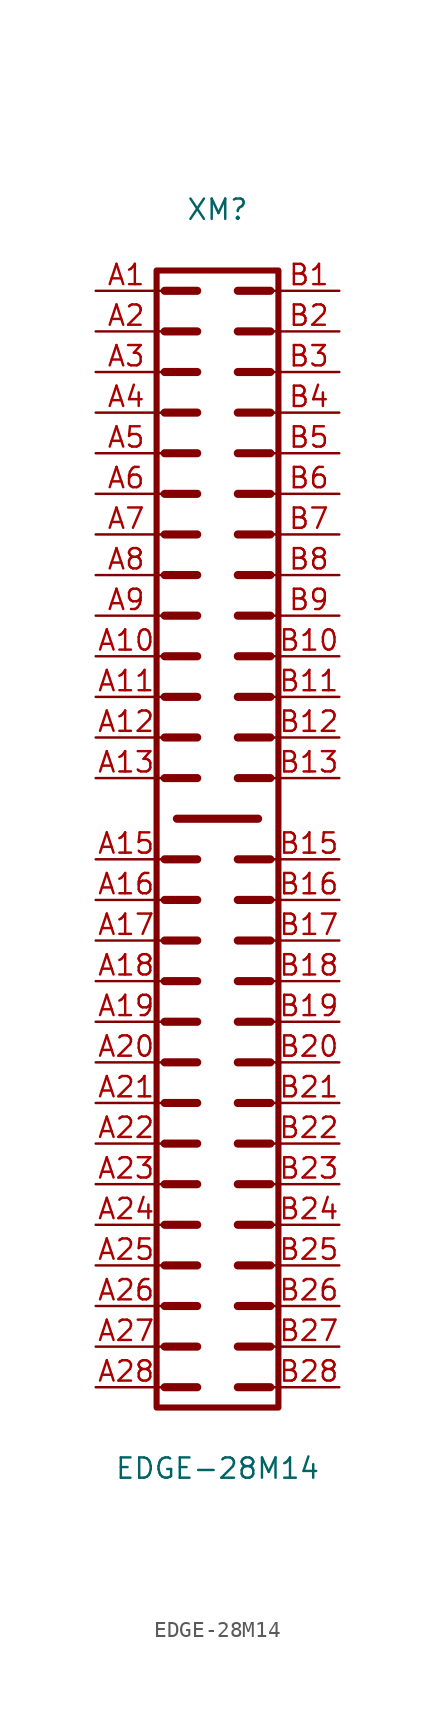
<source format=kicad_sym>
(kicad_symbol_lib
  (version 20231120)
  (generator "kicad_symbol_editor")
  (generator_version "8.0")
  (symbol "EDGE-28M14"
    (pin_names
      (offset 1.016))
    (property "Reference" "XM"
      (at 0 39.37 0)
      (effects (font (size 1.27 1.27))))
    (property "Value" "EDGE-28M14"
      (at 0 -39.37 0)
      (effects (font (size 1.27 1.27))))
    (symbol "EDGE-28M14_0_0"
      (polyline (pts (xy -2.54 1.27) (xy 2.54 1.27)) (stroke (width 0.508) (type default)) (fill (type none))))
    (symbol "EDGE-28M14_0_1"
      (rectangle (start -3.81 35.56) (end 3.81 -35.56) (stroke (width 0.381) (type default)) (fill (type none)))
      (polyline (pts (xy -3.81 -34.29) (xy -3.302 -34.29)) (stroke (width 0) (type default)) (fill (type none)))
      (polyline (pts (xy -3.81 -31.75) (xy -3.302 -31.75)) (stroke (width 0) (type default)) (fill (type none)))
      (polyline (pts (xy -3.81 -29.21) (xy -3.302 -29.21)) (stroke (width 0) (type default)) (fill (type none)))
      (polyline (pts (xy -3.81 -26.67) (xy -3.302 -26.67)) (stroke (width 0) (type default)) (fill (type none)))
      (polyline (pts (xy -3.81 -24.13) (xy -3.302 -24.13)) (stroke (width 0) (type default)) (fill (type none)))
      (polyline (pts (xy -3.81 -21.59) (xy -3.302 -21.59)) (stroke (width 0) (type default)) (fill (type none)))
      (polyline (pts (xy -3.81 -19.05) (xy -3.302 -19.05)) (stroke (width 0) (type default)) (fill (type none)))
      (polyline (pts (xy -3.81 -16.51) (xy -3.302 -16.51)) (stroke (width 0) (type default)) (fill (type none)))
      (polyline (pts (xy -3.81 -13.97) (xy -3.302 -13.97)) (stroke (width 0) (type default)) (fill (type none)))
      (polyline (pts (xy -3.81 -11.43) (xy -3.302 -11.43)) (stroke (width 0) (type default)) (fill (type none)))
      (polyline (pts (xy -3.81 -8.89) (xy -3.302 -8.89)) (stroke (width 0) (type default)) (fill (type none)))
      (polyline (pts (xy -3.81 -6.35) (xy -3.302 -6.35)) (stroke (width 0) (type default)) (fill (type none)))
      (polyline (pts (xy -3.81 -3.81) (xy -3.302 -3.81)) (stroke (width 0) (type default)) (fill (type none)))
      (polyline (pts (xy -3.81 -1.27) (xy -3.302 -1.27)) (stroke (width 0) (type default)) (fill (type none)))
      (polyline (pts (xy -3.81 3.81) (xy -3.302 3.81)) (stroke (width 0) (type default)) (fill (type none)))
      (polyline (pts (xy -3.81 6.35) (xy -3.302 6.35)) (stroke (width 0) (type default)) (fill (type none)))
      (polyline (pts (xy -3.81 8.89) (xy -3.302 8.89)) (stroke (width 0) (type default)) (fill (type none)))
      (polyline (pts (xy -3.81 11.43) (xy -3.302 11.43)) (stroke (width 0) (type default)) (fill (type none)))
      (polyline (pts (xy -3.81 13.97) (xy -3.302 13.97)) (stroke (width 0) (type default)) (fill (type none)))
      (polyline (pts (xy -3.81 16.51) (xy -3.302 16.51)) (stroke (width 0) (type default)) (fill (type none)))
      (polyline (pts (xy -3.81 19.05) (xy -3.302 19.05)) (stroke (width 0) (type default)) (fill (type none)))
      (polyline (pts (xy -3.81 21.59) (xy -3.302 21.59)) (stroke (width 0) (type default)) (fill (type none)))
      (polyline (pts (xy -3.81 24.13) (xy -3.302 24.13)) (stroke (width 0) (type default)) (fill (type none)))
      (polyline (pts (xy -3.81 26.67) (xy -3.302 26.67)) (stroke (width 0) (type default)) (fill (type none)))
      (polyline (pts (xy -3.81 29.21) (xy -3.302 29.21)) (stroke (width 0) (type default)) (fill (type none)))
      (polyline (pts (xy -3.81 31.75) (xy -3.302 31.75)) (stroke (width 0) (type default)) (fill (type none)))
      (polyline (pts (xy -3.81 34.29) (xy -3.302 34.29)) (stroke (width 0) (type default)) (fill (type none)))
      (polyline (pts (xy -3.302 -34.29) (xy -1.27 -34.29)) (stroke (width 0.508) (type default)) (fill (type none)))
      (polyline (pts (xy -3.302 -31.75) (xy -1.27 -31.75)) (stroke (width 0.508) (type default)) (fill (type none)))
      (polyline (pts (xy -3.302 -29.21) (xy -1.27 -29.21)) (stroke (width 0.508) (type default)) (fill (type none)))
      (polyline (pts (xy -3.302 -26.67) (xy -1.27 -26.67)) (stroke (width 0.508) (type default)) (fill (type none)))
      (polyline (pts (xy -3.302 -24.13) (xy -1.27 -24.13)) (stroke (width 0.508) (type default)) (fill (type none)))
      (polyline (pts (xy -3.302 -21.59) (xy -1.27 -21.59)) (stroke (width 0.508) (type default)) (fill (type none)))
      (polyline (pts (xy -3.302 -19.05) (xy -1.27 -19.05)) (stroke (width 0.508) (type default)) (fill (type none)))
      (polyline (pts (xy -3.302 -16.51) (xy -1.27 -16.51)) (stroke (width 0.508) (type default)) (fill (type none)))
      (polyline (pts (xy -3.302 -13.97) (xy -1.27 -13.97)) (stroke (width 0.508) (type default)) (fill (type none)))
      (polyline (pts (xy -3.302 -11.43) (xy -1.27 -11.43)) (stroke (width 0.508) (type default)) (fill (type none)))
      (polyline (pts (xy -3.302 -8.89) (xy -1.27 -8.89)) (stroke (width 0.508) (type default)) (fill (type none)))
      (polyline (pts (xy -3.302 -6.35) (xy -1.27 -6.35)) (stroke (width 0.508) (type default)) (fill (type none)))
      (polyline (pts (xy -3.302 -3.81) (xy -1.27 -3.81)) (stroke (width 0.508) (type default)) (fill (type none)))
      (polyline (pts (xy -3.302 -1.27) (xy -1.27 -1.27)) (stroke (width 0.508) (type default)) (fill (type none)))
      (polyline (pts (xy -3.302 3.81) (xy -1.27 3.81)) (stroke (width 0.508) (type default)) (fill (type none)))
      (polyline (pts (xy -3.302 6.35) (xy -1.27 6.35)) (stroke (width 0.508) (type default)) (fill (type none)))
      (polyline (pts (xy -3.302 8.89) (xy -1.27 8.89)) (stroke (width 0.508) (type default)) (fill (type none)))
      (polyline (pts (xy -3.302 11.43) (xy -1.27 11.43)) (stroke (width 0.508) (type default)) (fill (type none)))
      (polyline (pts (xy -3.302 13.97) (xy -1.27 13.97)) (stroke (width 0.508) (type default)) (fill (type none)))
      (polyline (pts (xy -3.302 16.51) (xy -1.27 16.51)) (stroke (width 0.508) (type default)) (fill (type none)))
      (polyline (pts (xy -3.302 19.05) (xy -1.27 19.05)) (stroke (width 0.508) (type default)) (fill (type none)))
      (polyline (pts (xy -3.302 21.59) (xy -1.27 21.59)) (stroke (width 0.508) (type default)) (fill (type none)))
      (polyline (pts (xy -3.302 24.13) (xy -1.27 24.13)) (stroke (width 0.508) (type default)) (fill (type none)))
      (polyline (pts (xy -3.302 26.67) (xy -1.27 26.67)) (stroke (width 0.508) (type default)) (fill (type none)))
      (polyline (pts (xy -3.302 29.21) (xy -1.27 29.21)) (stroke (width 0.508) (type default)) (fill (type none)))
      (polyline (pts (xy -3.302 31.75) (xy -1.27 31.75)) (stroke (width 0.508) (type default)) (fill (type none)))
      (polyline (pts (xy -3.302 34.29) (xy -1.27 34.29)) (stroke (width 0.508) (type default)) (fill (type none)))
      (polyline (pts (xy 3.302 -34.29) (xy 1.27 -34.29)) (stroke (width 0.508) (type default)) (fill (type none)))
      (polyline (pts (xy 3.302 -31.75) (xy 1.27 -31.75)) (stroke (width 0.508) (type default)) (fill (type none)))
      (polyline (pts (xy 3.302 -29.21) (xy 1.27 -29.21)) (stroke (width 0.508) (type default)) (fill (type none)))
      (polyline (pts (xy 3.302 -26.67) (xy 1.27 -26.67)) (stroke (width 0.508) (type default)) (fill (type none)))
      (polyline (pts (xy 3.302 -24.13) (xy 1.27 -24.13)) (stroke (width 0.508) (type default)) (fill (type none)))
      (polyline (pts (xy 3.302 -21.59) (xy 1.27 -21.59)) (stroke (width 0.508) (type default)) (fill (type none)))
      (polyline (pts (xy 3.302 -19.05) (xy 1.27 -19.05)) (stroke (width 0.508) (type default)) (fill (type none)))
      (polyline (pts (xy 3.302 -16.51) (xy 1.27 -16.51)) (stroke (width 0.508) (type default)) (fill (type none)))
      (polyline (pts (xy 3.302 -13.97) (xy 1.27 -13.97)) (stroke (width 0.508) (type default)) (fill (type none)))
      (polyline (pts (xy 3.302 -11.43) (xy 1.27 -11.43)) (stroke (width 0.508) (type default)) (fill (type none)))
      (polyline (pts (xy 3.302 -8.89) (xy 1.27 -8.89)) (stroke (width 0.508) (type default)) (fill (type none)))
      (polyline (pts (xy 3.302 -6.35) (xy 1.27 -6.35)) (stroke (width 0.508) (type default)) (fill (type none)))
      (polyline (pts (xy 3.302 -3.81) (xy 1.27 -3.81)) (stroke (width 0.508) (type default)) (fill (type none)))
      (polyline (pts (xy 3.302 -1.27) (xy 1.27 -1.27)) (stroke (width 0.508) (type default)) (fill (type none)))
      (polyline (pts (xy 3.302 3.81) (xy 1.27 3.81)) (stroke (width 0.508) (type default)) (fill (type none)))
      (polyline (pts (xy 3.302 6.35) (xy 1.27 6.35)) (stroke (width 0.508) (type default)) (fill (type none)))
      (polyline (pts (xy 3.302 8.89) (xy 1.27 8.89)) (stroke (width 0.508) (type default)) (fill (type none)))
      (polyline (pts (xy 3.302 11.43) (xy 1.27 11.43)) (stroke (width 0.508) (type default)) (fill (type none)))
      (polyline (pts (xy 3.302 13.97) (xy 1.27 13.97)) (stroke (width 0.508) (type default)) (fill (type none)))
      (polyline (pts (xy 3.302 16.51) (xy 1.27 16.51)) (stroke (width 0.508) (type default)) (fill (type none)))
      (polyline (pts (xy 3.302 19.05) (xy 1.27 19.05)) (stroke (width 0.508) (type default)) (fill (type none)))
      (polyline (pts (xy 3.302 21.59) (xy 1.27 21.59)) (stroke (width 0.508) (type default)) (fill (type none)))
      (polyline (pts (xy 3.302 24.13) (xy 1.27 24.13)) (stroke (width 0.508) (type default)) (fill (type none)))
      (polyline (pts (xy 3.302 26.67) (xy 1.27 26.67)) (stroke (width 0.508) (type default)) (fill (type none)))
      (polyline (pts (xy 3.302 29.21) (xy 1.27 29.21)) (stroke (width 0.508) (type default)) (fill (type none)))
      (polyline (pts (xy 3.302 31.75) (xy 1.27 31.75)) (stroke (width 0.508) (type default)) (fill (type none)))
      (polyline (pts (xy 3.302 34.29) (xy 1.27 34.29)) (stroke (width 0.508) (type default)) (fill (type none)))
      (polyline (pts (xy 3.81 -34.29) (xy 3.302 -34.29)) (stroke (width 0) (type default)) (fill (type none)))
      (polyline (pts (xy 3.81 -31.75) (xy 3.302 -31.75)) (stroke (width 0) (type default)) (fill (type none)))
      (polyline (pts (xy 3.81 -29.21) (xy 3.302 -29.21)) (stroke (width 0) (type default)) (fill (type none)))
      (polyline (pts (xy 3.81 -26.67) (xy 3.302 -26.67)) (stroke (width 0) (type default)) (fill (type none)))
      (polyline (pts (xy 3.81 -24.13) (xy 3.302 -24.13)) (stroke (width 0) (type default)) (fill (type none)))
      (polyline (pts (xy 3.81 -21.59) (xy 3.302 -21.59)) (stroke (width 0) (type default)) (fill (type none)))
      (polyline (pts (xy 3.81 -19.05) (xy 3.302 -19.05)) (stroke (width 0) (type default)) (fill (type none)))
      (polyline (pts (xy 3.81 -16.51) (xy 3.302 -16.51)) (stroke (width 0) (type default)) (fill (type none)))
      (polyline (pts (xy 3.81 -13.97) (xy 3.302 -13.97)) (stroke (width 0) (type default)) (fill (type none)))
      (polyline (pts (xy 3.81 -11.43) (xy 3.302 -11.43)) (stroke (width 0) (type default)) (fill (type none)))
      (polyline (pts (xy 3.81 -8.89) (xy 3.302 -8.89)) (stroke (width 0) (type default)) (fill (type none)))
      (polyline (pts (xy 3.81 -6.35) (xy 3.302 -6.35)) (stroke (width 0) (type default)) (fill (type none)))
      (polyline (pts (xy 3.81 -3.81) (xy 3.302 -3.81)) (stroke (width 0) (type default)) (fill (type none)))
      (polyline (pts (xy 3.81 -1.27) (xy 3.302 -1.27)) (stroke (width 0) (type default)) (fill (type none)))
      (polyline (pts (xy 3.81 3.81) (xy 3.302 3.81)) (stroke (width 0) (type default)) (fill (type none)))
      (polyline (pts (xy 3.81 6.35) (xy 3.302 6.35)) (stroke (width 0) (type default)) (fill (type none)))
      (polyline (pts (xy 3.81 8.89) (xy 3.302 8.89)) (stroke (width 0) (type default)) (fill (type none)))
      (polyline (pts (xy 3.81 11.43) (xy 3.302 11.43)) (stroke (width 0) (type default)) (fill (type none)))
      (polyline (pts (xy 3.81 13.97) (xy 3.302 13.97)) (stroke (width 0) (type default)) (fill (type none)))
      (polyline (pts (xy 3.81 16.51) (xy 3.302 16.51)) (stroke (width 0) (type default)) (fill (type none)))
      (polyline (pts (xy 3.81 19.05) (xy 3.302 19.05)) (stroke (width 0) (type default)) (fill (type none)))
      (polyline (pts (xy 3.81 21.59) (xy 3.302 21.59)) (stroke (width 0) (type default)) (fill (type none)))
      (polyline (pts (xy 3.81 24.13) (xy 3.302 24.13)) (stroke (width 0) (type default)) (fill (type none)))
      (polyline (pts (xy 3.81 26.67) (xy 3.302 26.67)) (stroke (width 0) (type default)) (fill (type none)))
      (polyline (pts (xy 3.81 29.21) (xy 3.302 29.21)) (stroke (width 0) (type default)) (fill (type none)))
      (polyline (pts (xy 3.81 31.75) (xy 3.302 31.75)) (stroke (width 0) (type default)) (fill (type none)))
      (polyline (pts (xy 3.81 34.29) (xy 3.302 34.29)) (stroke (width 0) (type default)) (fill (type none))))
    (symbol "EDGE-28M14_1_1"
      (pin passive line (at -7.62 34.29 0) (length 3.81) (name "~" (effects (font (size 1.27 1.27)))) (number "A1" (effects (font (size 1.27 1.27)))))
      (pin passive line (at -7.62 11.43 0) (length 3.81) (name "~" (effects (font (size 1.27 1.27)))) (number "A10" (effects (font (size 1.27 1.27)))))
      (pin passive line (at -7.62 8.89 0) (length 3.81) (name "~" (effects (font (size 1.27 1.27)))) (number "A11" (effects (font (size 1.27 1.27)))))
      (pin passive line (at -7.62 6.35 0) (length 3.81) (name "~" (effects (font (size 1.27 1.27)))) (number "A12" (effects (font (size 1.27 1.27)))))
      (pin passive line (at -7.62 3.81 0) (length 3.81) (name "~" (effects (font (size 1.27 1.27)))) (number "A13" (effects (font (size 1.27 1.27)))))
      (pin passive line (at -7.62 -1.27 0) (length 3.81) (name "~" (effects (font (size 1.27 1.27)))) (number "A15" (effects (font (size 1.27 1.27)))))
      (pin passive line (at -7.62 -3.81 0) (length 3.81) (name "~" (effects (font (size 1.27 1.27)))) (number "A16" (effects (font (size 1.27 1.27)))))
      (pin passive line (at -7.62 -6.35 0) (length 3.81) (name "~" (effects (font (size 1.27 1.27)))) (number "A17" (effects (font (size 1.27 1.27)))))
      (pin passive line (at -7.62 -8.89 0) (length 3.81) (name "~" (effects (font (size 1.27 1.27)))) (number "A18" (effects (font (size 1.27 1.27)))))
      (pin passive line (at -7.62 -11.43 0) (length 3.81) (name "~" (effects (font (size 1.27 1.27)))) (number "A19" (effects (font (size 1.27 1.27)))))
      (pin passive line (at -7.62 31.75 0) (length 3.81) (name "~" (effects (font (size 1.27 1.27)))) (number "A2" (effects (font (size 1.27 1.27)))))
      (pin passive line (at -7.62 -13.97 0) (length 3.81) (name "~" (effects (font (size 1.27 1.27)))) (number "A20" (effects (font (size 1.27 1.27)))))
      (pin passive line (at -7.62 -16.51 0) (length 3.81) (name "~" (effects (font (size 1.27 1.27)))) (number "A21" (effects (font (size 1.27 1.27)))))
      (pin passive line (at -7.62 -19.05 0) (length 3.81) (name "~" (effects (font (size 1.27 1.27)))) (number "A22" (effects (font (size 1.27 1.27)))))
      (pin passive line (at -7.62 -21.59 0) (length 3.81) (name "~" (effects (font (size 1.27 1.27)))) (number "A23" (effects (font (size 1.27 1.27)))))
      (pin passive line (at -7.62 -24.13 0) (length 3.81) (name "~" (effects (font (size 1.27 1.27)))) (number "A24" (effects (font (size 1.27 1.27)))))
      (pin passive line (at -7.62 -26.67 0) (length 3.81) (name "~" (effects (font (size 1.27 1.27)))) (number "A25" (effects (font (size 1.27 1.27)))))
      (pin passive line (at -7.62 -29.21 0) (length 3.81) (name "~" (effects (font (size 1.27 1.27)))) (number "A26" (effects (font (size 1.27 1.27)))))
      (pin passive line (at -7.62 -31.75 0) (length 3.81) (name "~" (effects (font (size 1.27 1.27)))) (number "A27" (effects (font (size 1.27 1.27)))))
      (pin passive line (at -7.62 -34.29 0) (length 3.81) (name "~" (effects (font (size 1.27 1.27)))) (number "A28" (effects (font (size 1.27 1.27)))))
      (pin passive line (at -7.62 29.21 0) (length 3.81) (name "~" (effects (font (size 1.27 1.27)))) (number "A3" (effects (font (size 1.27 1.27)))))
      (pin passive line (at -7.62 26.67 0) (length 3.81) (name "~" (effects (font (size 1.27 1.27)))) (number "A4" (effects (font (size 1.27 1.27)))))
      (pin passive line (at -7.62 24.13 0) (length 3.81) (name "~" (effects (font (size 1.27 1.27)))) (number "A5" (effects (font (size 1.27 1.27)))))
      (pin passive line (at -7.62 21.59 0) (length 3.81) (name "~" (effects (font (size 1.27 1.27)))) (number "A6" (effects (font (size 1.27 1.27)))))
      (pin passive line (at -7.62 19.05 0) (length 3.81) (name "~" (effects (font (size 1.27 1.27)))) (number "A7" (effects (font (size 1.27 1.27)))))
      (pin passive line (at -7.62 16.51 0) (length 3.81) (name "~" (effects (font (size 1.27 1.27)))) (number "A8" (effects (font (size 1.27 1.27)))))
      (pin passive line (at -7.62 13.97 0) (length 3.81) (name "~" (effects (font (size 1.27 1.27)))) (number "A9" (effects (font (size 1.27 1.27)))))
      (pin passive line (at 7.62 34.29 180) (length 3.81) (name "~" (effects (font (size 1.27 1.27)))) (number "B1" (effects (font (size 1.27 1.27)))))
      (pin passive line (at 7.62 11.43 180) (length 3.81) (name "~" (effects (font (size 1.27 1.27)))) (number "B10" (effects (font (size 1.27 1.27)))))
      (pin passive line (at 7.62 8.89 180) (length 3.81) (name "~" (effects (font (size 1.27 1.27)))) (number "B11" (effects (font (size 1.27 1.27)))))
      (pin passive line (at 7.62 6.35 180) (length 3.81) (name "~" (effects (font (size 1.27 1.27)))) (number "B12" (effects (font (size 1.27 1.27)))))
      (pin passive line (at 7.62 3.81 180) (length 3.81) (name "~" (effects (font (size 1.27 1.27)))) (number "B13" (effects (font (size 1.27 1.27)))))
      (pin passive line (at 7.62 -1.27 180) (length 3.81) (name "~" (effects (font (size 1.27 1.27)))) (number "B15" (effects (font (size 1.27 1.27)))))
      (pin passive line (at 7.62 -3.81 180) (length 3.81) (name "~" (effects (font (size 1.27 1.27)))) (number "B16" (effects (font (size 1.27 1.27)))))
      (pin passive line (at 7.62 -6.35 180) (length 3.81) (name "~" (effects (font (size 1.27 1.27)))) (number "B17" (effects (font (size 1.27 1.27)))))
      (pin passive line (at 7.62 -8.89 180) (length 3.81) (name "~" (effects (font (size 1.27 1.27)))) (number "B18" (effects (font (size 1.27 1.27)))))
      (pin passive line (at 7.62 -11.43 180) (length 3.81) (name "~" (effects (font (size 1.27 1.27)))) (number "B19" (effects (font (size 1.27 1.27)))))
      (pin passive line (at 7.62 31.75 180) (length 3.81) (name "~" (effects (font (size 1.27 1.27)))) (number "B2" (effects (font (size 1.27 1.27)))))
      (pin passive line (at 7.62 -13.97 180) (length 3.81) (name "~" (effects (font (size 1.27 1.27)))) (number "B20" (effects (font (size 1.27 1.27)))))
      (pin passive line (at 7.62 -16.51 180) (length 3.81) (name "~" (effects (font (size 1.27 1.27)))) (number "B21" (effects (font (size 1.27 1.27)))))
      (pin passive line (at 7.62 -19.05 180) (length 3.81) (name "~" (effects (font (size 1.27 1.27)))) (number "B22" (effects (font (size 1.27 1.27)))))
      (pin passive line (at 7.62 -21.59 180) (length 3.81) (name "~" (effects (font (size 1.27 1.27)))) (number "B23" (effects (font (size 1.27 1.27)))))
      (pin passive line (at 7.62 -24.13 180) (length 3.81) (name "~" (effects (font (size 1.27 1.27)))) (number "B24" (effects (font (size 1.27 1.27)))))
      (pin passive line (at 7.62 -26.67 180) (length 3.81) (name "~" (effects (font (size 1.27 1.27)))) (number "B25" (effects (font (size 1.27 1.27)))))
      (pin passive line (at 7.62 -29.21 180) (length 3.81) (name "~" (effects (font (size 1.27 1.27)))) (number "B26" (effects (font (size 1.27 1.27)))))
      (pin passive line (at 7.62 -31.75 180) (length 3.81) (name "~" (effects (font (size 1.27 1.27)))) (number "B27" (effects (font (size 1.27 1.27)))))
      (pin passive line (at 7.62 -34.29 180) (length 3.81) (name "~" (effects (font (size 1.27 1.27)))) (number "B28" (effects (font (size 1.27 1.27)))))
      (pin passive line (at 7.62 29.21 180) (length 3.81) (name "~" (effects (font (size 1.27 1.27)))) (number "B3" (effects (font (size 1.27 1.27)))))
      (pin passive line (at 7.62 26.67 180) (length 3.81) (name "~" (effects (font (size 1.27 1.27)))) (number "B4" (effects (font (size 1.27 1.27)))))
      (pin passive line (at 7.62 24.13 180) (length 3.81) (name "~" (effects (font (size 1.27 1.27)))) (number "B5" (effects (font (size 1.27 1.27)))))
      (pin passive line (at 7.62 21.59 180) (length 3.81) (name "~" (effects (font (size 1.27 1.27)))) (number "B6" (effects (font (size 1.27 1.27)))))
      (pin passive line (at 7.62 19.05 180) (length 3.81) (name "~" (effects (font (size 1.27 1.27)))) (number "B7" (effects (font (size 1.27 1.27)))))
      (pin passive line (at 7.62 16.51 180) (length 3.81) (name "~" (effects (font (size 1.27 1.27)))) (number "B8" (effects (font (size 1.27 1.27)))))
      (pin passive line (at 7.62 13.97 180) (length 3.81) (name "~" (effects (font (size 1.27 1.27)))) (number "B9" (effects (font (size 1.27 1.27))))))))
</source>
